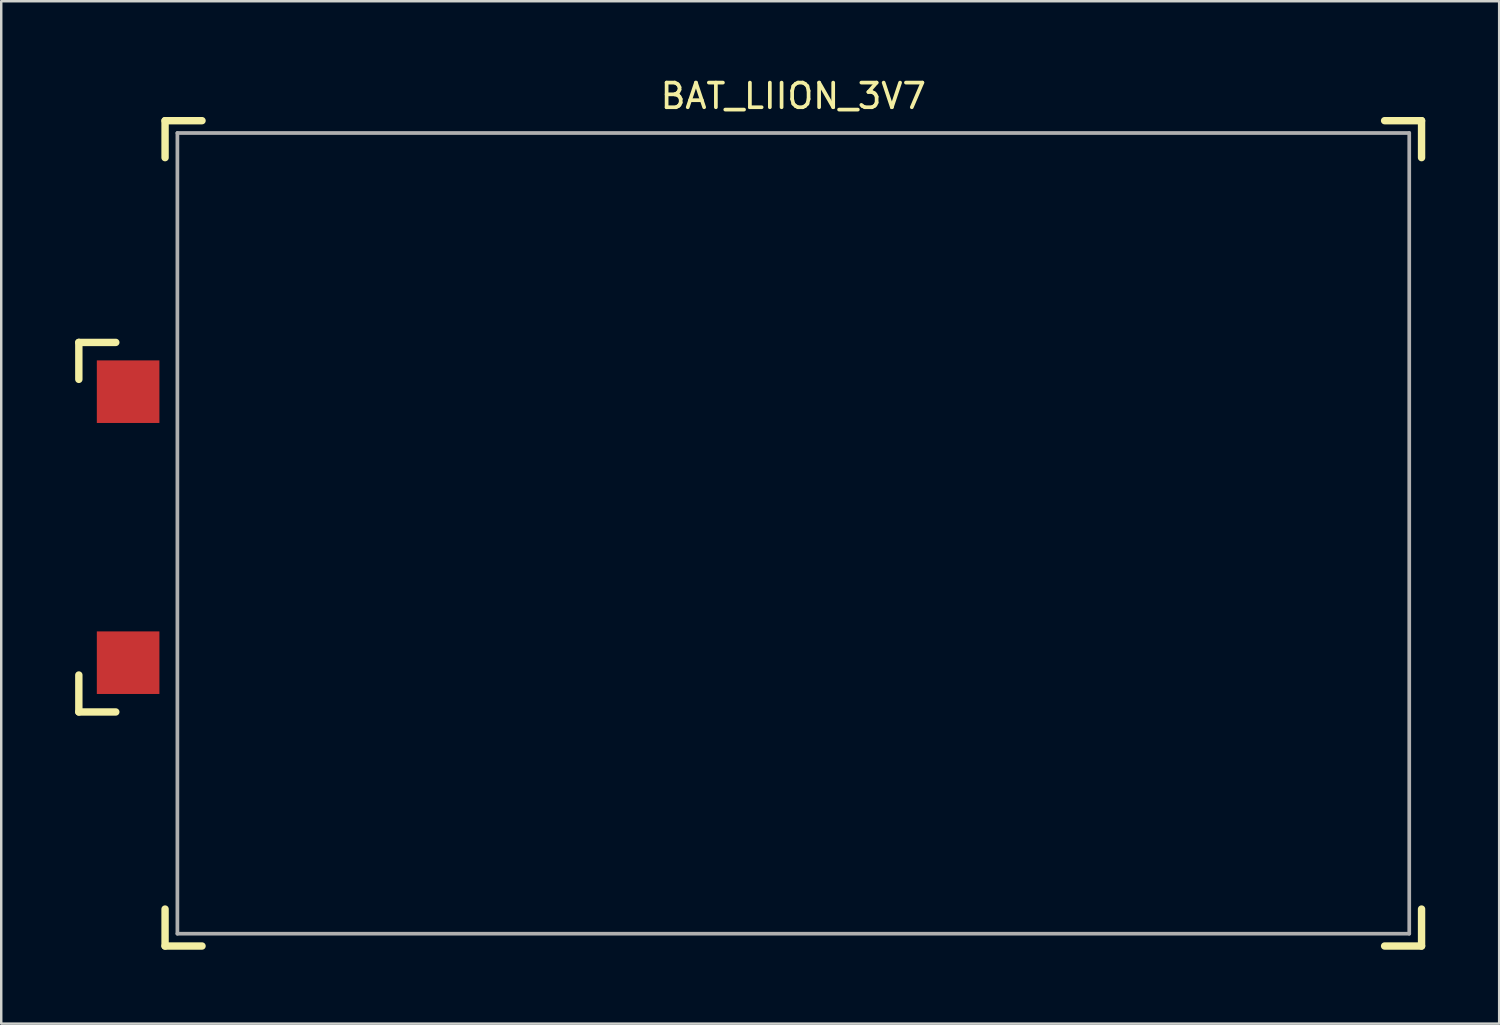
<source format=kicad_pcb>
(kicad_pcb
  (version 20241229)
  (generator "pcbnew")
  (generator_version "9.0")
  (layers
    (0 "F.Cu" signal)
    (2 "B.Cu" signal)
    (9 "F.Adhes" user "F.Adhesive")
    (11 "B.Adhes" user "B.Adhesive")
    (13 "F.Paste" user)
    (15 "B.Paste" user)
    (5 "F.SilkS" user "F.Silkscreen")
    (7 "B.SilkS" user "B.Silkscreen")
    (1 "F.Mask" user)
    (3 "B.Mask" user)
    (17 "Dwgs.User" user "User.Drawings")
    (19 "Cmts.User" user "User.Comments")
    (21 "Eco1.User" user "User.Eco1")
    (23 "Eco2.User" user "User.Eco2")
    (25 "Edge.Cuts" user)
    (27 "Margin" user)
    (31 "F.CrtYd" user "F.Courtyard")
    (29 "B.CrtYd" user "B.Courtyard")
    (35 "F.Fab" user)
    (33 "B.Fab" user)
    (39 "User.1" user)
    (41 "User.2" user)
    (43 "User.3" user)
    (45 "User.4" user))
  (footprint "BAT_LIION_3V7"
    (layer "F.Cu")
    (at 29.15 19.848)
    (property "Reference" "BAT_LIION_3V7" (at 0 -19 0) (layer "F.SilkS") (effects (font (size 1 1) (thickness 0.15))))
    (attr through_hole)
    (fp_line (start -29 -9) (end -29 -7.5) (stroke (width 0.3) (type solid)) (layer "F.SilkS"))
    (fp_line (start -29 -9) (end -27.5 -9) (stroke (width 0.3) (type solid)) (layer "F.SilkS"))
    (fp_line (start -29 4.5) (end -29 6) (stroke (width 0.3) (type solid)) (layer "F.SilkS"))
    (fp_line (start -27.5 6) (end -29 6) (stroke (width 0.3) (type solid)) (layer "F.SilkS"))
    (fp_line (start -25.5 -16.5) (end -25.5 -18) (stroke (width 0.3) (type solid)) (layer "F.SilkS"))
    (fp_line (start -25.5 14) (end -25.5 15.5) (stroke (width 0.3) (type solid)) (layer "F.SilkS"))
    (fp_line (start -24 -18) (end -25.5 -18) (stroke (width 0.3) (type solid)) (layer "F.SilkS"))
    (fp_line (start -24 15.5) (end -25.5 15.5) (stroke (width 0.3) (type solid)) (layer "F.SilkS"))
    (fp_line (start 24 -18) (end 25.5 -18) (stroke (width 0.3) (type solid)) (layer "F.SilkS"))
    (fp_line (start 24 15.5) (end 25.5 15.5) (stroke (width 0.3) (type solid)) (layer "F.SilkS"))
    (fp_line (start 25.5 -16.5) (end 25.5 -18) (stroke (width 0.3) (type solid)) (layer "F.SilkS"))
    (fp_line (start 25.5 14) (end 25.5 15.5) (stroke (width 0.3) (type solid)) (layer "F.SilkS"))
    (fp_line (start -25 -17.5) (end 25 -17.5) (stroke (width 0.15) (type solid)) (layer "F.Fab"))
    (fp_line (start -25 15) (end -25 -17.5) (stroke (width 0.15) (type solid)) (layer "F.Fab"))
    (fp_line (start 25 -17.5) (end 25 15) (stroke (width 0.15) (type solid)) (layer "F.Fab"))
    (fp_line (start 25 15) (end -25 15) (stroke (width 0.15) (type solid)) (layer "F.Fab"))
    (pad "1" connect rect (at -27 4) (size 2.54 2.54) (layers "F.Cu" "F.Mask"))
    (pad "2" connect rect (at -27 -7) (size 2.54 2.54) (layers "F.Cu" "F.Mask")))
  (gr_rect
    (start -3 -3)
    (end 57.8 38.498)
    (stroke (width 0.1) (type default))
    (fill no)
    (layer "Edge.Cuts")))
</source>
